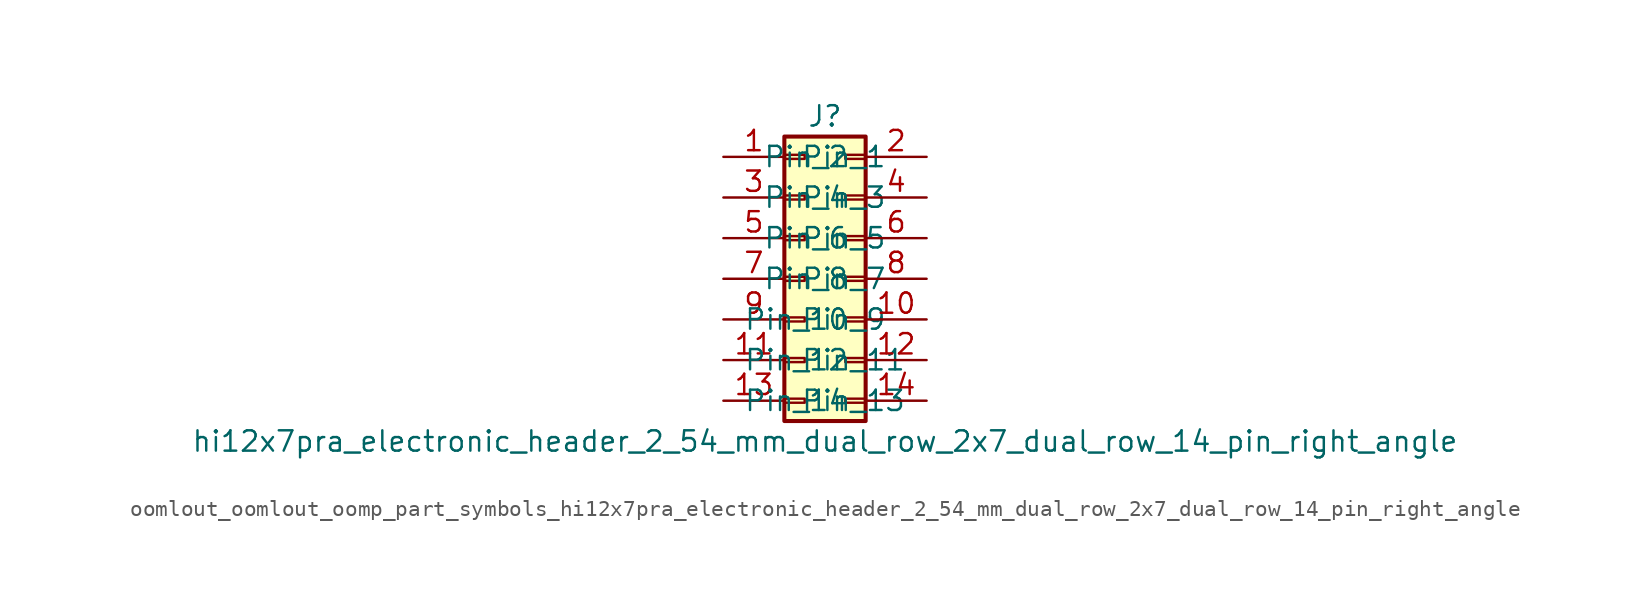
<source format=kicad_sym>
(kicad_symbol_lib
  (version 20220914)
  (generator kicad_symbol_editor)
  (symbol "oomlout_oomlout_oomp_part_symbols_hi12x7pra_electronic_header_2_54_mm_dual_row_2x7_dual_row_14_pin_right_angle"
    (pin_names
      (offset 1.016))
    (property "Reference" "J"
      (at 1.27 10.16 0)
      (effects (font (size 1.27 1.27))))
    (property "Value" "hi12x7pra_electronic_header_2_54_mm_dual_row_2x7_dual_row_14_pin_right_angle"
      (at 1.27 -10.16 0)
      (effects (font (size 1.27 1.27))))
    (symbol "oomlout_oomlout_oomp_part_symbols_hi12x7pra_electronic_header_2_54_mm_dual_row_2x7_dual_row_14_pin_right_angle_1_1"
      (rectangle (start -1.27 -7.493) (end 0 -7.747) (stroke (width 0.152) (type default)) (fill (type none)))
      (rectangle (start -1.27 -4.953) (end 0 -5.207) (stroke (width 0.152) (type default)) (fill (type none)))
      (rectangle (start -1.27 -2.413) (end 0 -2.667) (stroke (width 0.152) (type default)) (fill (type none)))
      (rectangle (start -1.27 0.127) (end 0 -0.127) (stroke (width 0.152) (type default)) (fill (type none)))
      (rectangle (start -1.27 2.667) (end 0 2.413) (stroke (width 0.152) (type default)) (fill (type none)))
      (rectangle (start -1.27 5.207) (end 0 4.953) (stroke (width 0.152) (type default)) (fill (type none)))
      (rectangle (start -1.27 7.747) (end 0 7.493) (stroke (width 0.152) (type default)) (fill (type none)))
      (rectangle (start -1.27 8.89) (end 3.81 -8.89) (stroke (width 0.254) (type default)) (fill (type background)))
      (rectangle (start 3.81 -7.493) (end 2.54 -7.747) (stroke (width 0.152) (type default)) (fill (type none)))
      (rectangle (start 3.81 -4.953) (end 2.54 -5.207) (stroke (width 0.152) (type default)) (fill (type none)))
      (rectangle (start 3.81 -2.413) (end 2.54 -2.667) (stroke (width 0.152) (type default)) (fill (type none)))
      (rectangle (start 3.81 0.127) (end 2.54 -0.127) (stroke (width 0.152) (type default)) (fill (type none)))
      (rectangle (start 3.81 2.667) (end 2.54 2.413) (stroke (width 0.152) (type default)) (fill (type none)))
      (rectangle (start 3.81 5.207) (end 2.54 4.953) (stroke (width 0.152) (type default)) (fill (type none)))
      (rectangle (start 3.81 7.747) (end 2.54 7.493) (stroke (width 0.152) (type default)) (fill (type none)))
      (pin passive line (at -5.08 7.62 0) (length 3.81) (name "Pin_1" (effects (font (size 1.27 1.27)))) (number "1" (effects (font (size 1.27 1.27)))))
      (pin passive line (at 7.62 -2.54 180) (length 3.81) (name "Pin_10" (effects (font (size 1.27 1.27)))) (number "10" (effects (font (size 1.27 1.27)))))
      (pin passive line (at -5.08 -5.08 0) (length 3.81) (name "Pin_11" (effects (font (size 1.27 1.27)))) (number "11" (effects (font (size 1.27 1.27)))))
      (pin passive line (at 7.62 -5.08 180) (length 3.81) (name "Pin_12" (effects (font (size 1.27 1.27)))) (number "12" (effects (font (size 1.27 1.27)))))
      (pin passive line (at -5.08 -7.62 0) (length 3.81) (name "Pin_13" (effects (font (size 1.27 1.27)))) (number "13" (effects (font (size 1.27 1.27)))))
      (pin passive line (at 7.62 -7.62 180) (length 3.81) (name "Pin_14" (effects (font (size 1.27 1.27)))) (number "14" (effects (font (size 1.27 1.27)))))
      (pin passive line (at 7.62 7.62 180) (length 3.81) (name "Pin_2" (effects (font (size 1.27 1.27)))) (number "2" (effects (font (size 1.27 1.27)))))
      (pin passive line (at -5.08 5.08 0) (length 3.81) (name "Pin_3" (effects (font (size 1.27 1.27)))) (number "3" (effects (font (size 1.27 1.27)))))
      (pin passive line (at 7.62 5.08 180) (length 3.81) (name "Pin_4" (effects (font (size 1.27 1.27)))) (number "4" (effects (font (size 1.27 1.27)))))
      (pin passive line (at -5.08 2.54 0) (length 3.81) (name "Pin_5" (effects (font (size 1.27 1.27)))) (number "5" (effects (font (size 1.27 1.27)))))
      (pin passive line (at 7.62 2.54 180) (length 3.81) (name "Pin_6" (effects (font (size 1.27 1.27)))) (number "6" (effects (font (size 1.27 1.27)))))
      (pin passive line (at -5.08 0 0) (length 3.81) (name "Pin_7" (effects (font (size 1.27 1.27)))) (number "7" (effects (font (size 1.27 1.27)))))
      (pin passive line (at 7.62 0 180) (length 3.81) (name "Pin_8" (effects (font (size 1.27 1.27)))) (number "8" (effects (font (size 1.27 1.27)))))
      (pin passive line (at -5.08 -2.54 0) (length 3.81) (name "Pin_9" (effects (font (size 1.27 1.27)))) (number "9" (effects (font (size 1.27 1.27))))))))
</source>
